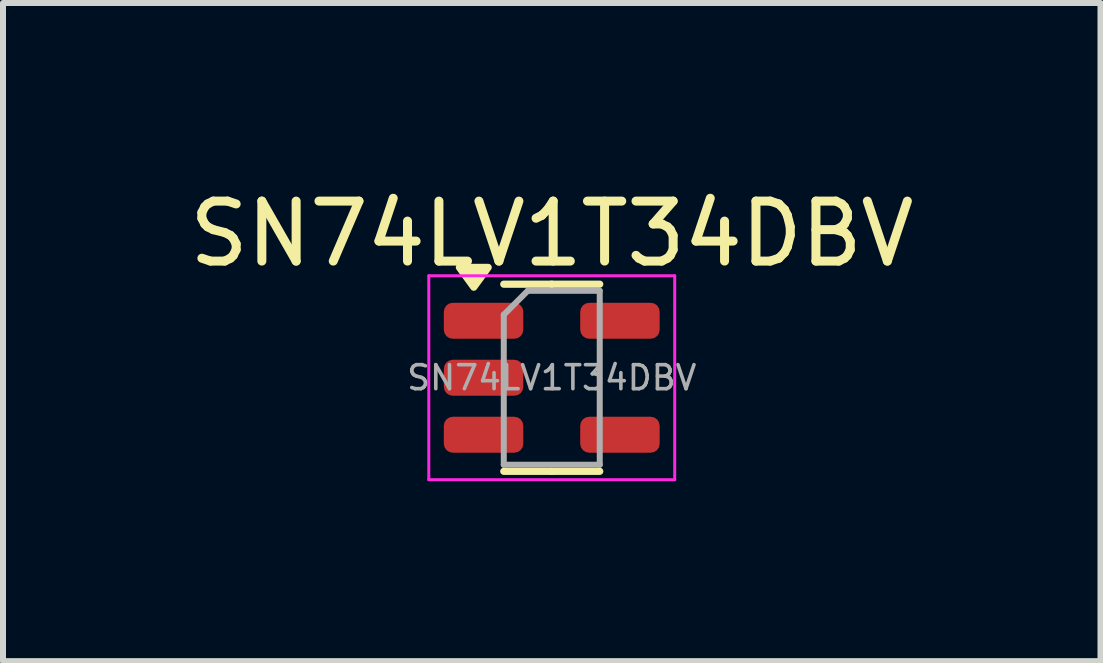
<source format=kicad_pcb>
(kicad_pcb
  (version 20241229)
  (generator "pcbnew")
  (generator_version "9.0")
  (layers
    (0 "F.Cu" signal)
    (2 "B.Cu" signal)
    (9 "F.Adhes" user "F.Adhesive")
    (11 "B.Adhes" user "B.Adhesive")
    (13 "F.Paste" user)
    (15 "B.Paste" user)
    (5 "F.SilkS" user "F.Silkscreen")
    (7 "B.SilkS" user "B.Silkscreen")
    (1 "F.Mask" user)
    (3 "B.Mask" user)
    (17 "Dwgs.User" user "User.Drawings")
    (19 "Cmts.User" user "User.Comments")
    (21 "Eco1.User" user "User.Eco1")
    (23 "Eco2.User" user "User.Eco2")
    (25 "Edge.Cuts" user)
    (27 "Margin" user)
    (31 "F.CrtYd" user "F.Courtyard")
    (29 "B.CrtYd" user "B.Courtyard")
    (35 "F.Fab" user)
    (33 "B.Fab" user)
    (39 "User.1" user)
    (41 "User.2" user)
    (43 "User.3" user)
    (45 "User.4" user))
  (footprint "SN74LV1T34DBV"
    (layer "F.Cu")
    (at 6.149 3.248)
    (property "Reference" "SN74LV1T34DBV" (at 0 -2.4 0) (layer "F.SilkS") (effects (font (size 1 1) (thickness 0.15))))
    (attr smd)
    (fp_line (start 0 -1.56) (end -0.8 -1.56) (stroke (width 0.12) (type solid)) (layer "F.SilkS"))
    (fp_line (start 0 -1.56) (end 0.8 -1.56) (stroke (width 0.12) (type solid)) (layer "F.SilkS"))
    (fp_line (start 0 1.56) (end -0.8 1.56) (stroke (width 0.12) (type solid)) (layer "F.SilkS"))
    (fp_line (start 0 1.56) (end 0.8 1.56) (stroke (width 0.12) (type solid)) (layer "F.SilkS"))
    (fp_poly (pts (xy -1.3 -1.51) (xy -1.54 -1.84) (xy -1.06 -1.84) (xy -1.3 -1.51)) (stroke (width 0.12) (type solid)) (fill yes) (layer "F.SilkS"))
    (fp_line (start -2.05 -1.7) (end -2.05 1.7) (stroke (width 0.05) (type solid)) (layer "F.CrtYd"))
    (fp_line (start -2.05 1.7) (end 2.05 1.7) (stroke (width 0.05) (type solid)) (layer "F.CrtYd"))
    (fp_line (start 2.05 -1.7) (end -2.05 -1.7) (stroke (width 0.05) (type solid)) (layer "F.CrtYd"))
    (fp_line (start 2.05 1.7) (end 2.05 -1.7) (stroke (width 0.05) (type solid)) (layer "F.CrtYd"))
    (fp_line (start -0.8 -1.05) (end -0.4 -1.45) (stroke (width 0.1) (type solid)) (layer "F.Fab"))
    (fp_line (start -0.8 1.45) (end -0.8 -1.05) (stroke (width 0.1) (type solid)) (layer "F.Fab"))
    (fp_line (start -0.4 -1.45) (end 0.8 -1.45) (stroke (width 0.1) (type solid)) (layer "F.Fab"))
    (fp_line (start 0.8 -1.45) (end 0.8 1.45) (stroke (width 0.1) (type solid)) (layer "F.Fab"))
    (fp_line (start 0.8 1.45) (end -0.8 1.45) (stroke (width 0.1) (type solid)) (layer "F.Fab"))
    (fp_text user "${REFERENCE}" (at 0 0 0) (layer "F.Fab") (effects (font (size 0.4 0.4) (thickness 0.06))))
    (pad "1" smd roundrect (at -1.137 -0.95) (size 1.325 0.6) (layers "F.Cu" "F.Mask" "F.Paste") (roundrect_rratio 0.25))
    (pad "2" smd roundrect (at -1.137 0) (size 1.325 0.6) (layers "F.Cu" "F.Mask" "F.Paste") (roundrect_rratio 0.25))
    (pad "3" smd roundrect (at -1.137 0.95) (size 1.325 0.6) (layers "F.Cu" "F.Mask" "F.Paste") (roundrect_rratio 0.25))
    (pad "4" smd roundrect (at 1.137 0.95) (size 1.325 0.6) (layers "F.Cu" "F.Mask" "F.Paste") (roundrect_rratio 0.25))
    (pad "5" smd roundrect (at 1.137 -0.95) (size 1.325 0.6) (layers "F.Cu" "F.Mask" "F.Paste") (roundrect_rratio 0.25)))
  (gr_rect
    (start -3 -3)
    (end 15.298 7.973)
    (stroke (width 0.1) (type default))
    (fill no)
    (layer "Edge.Cuts")))
</source>
